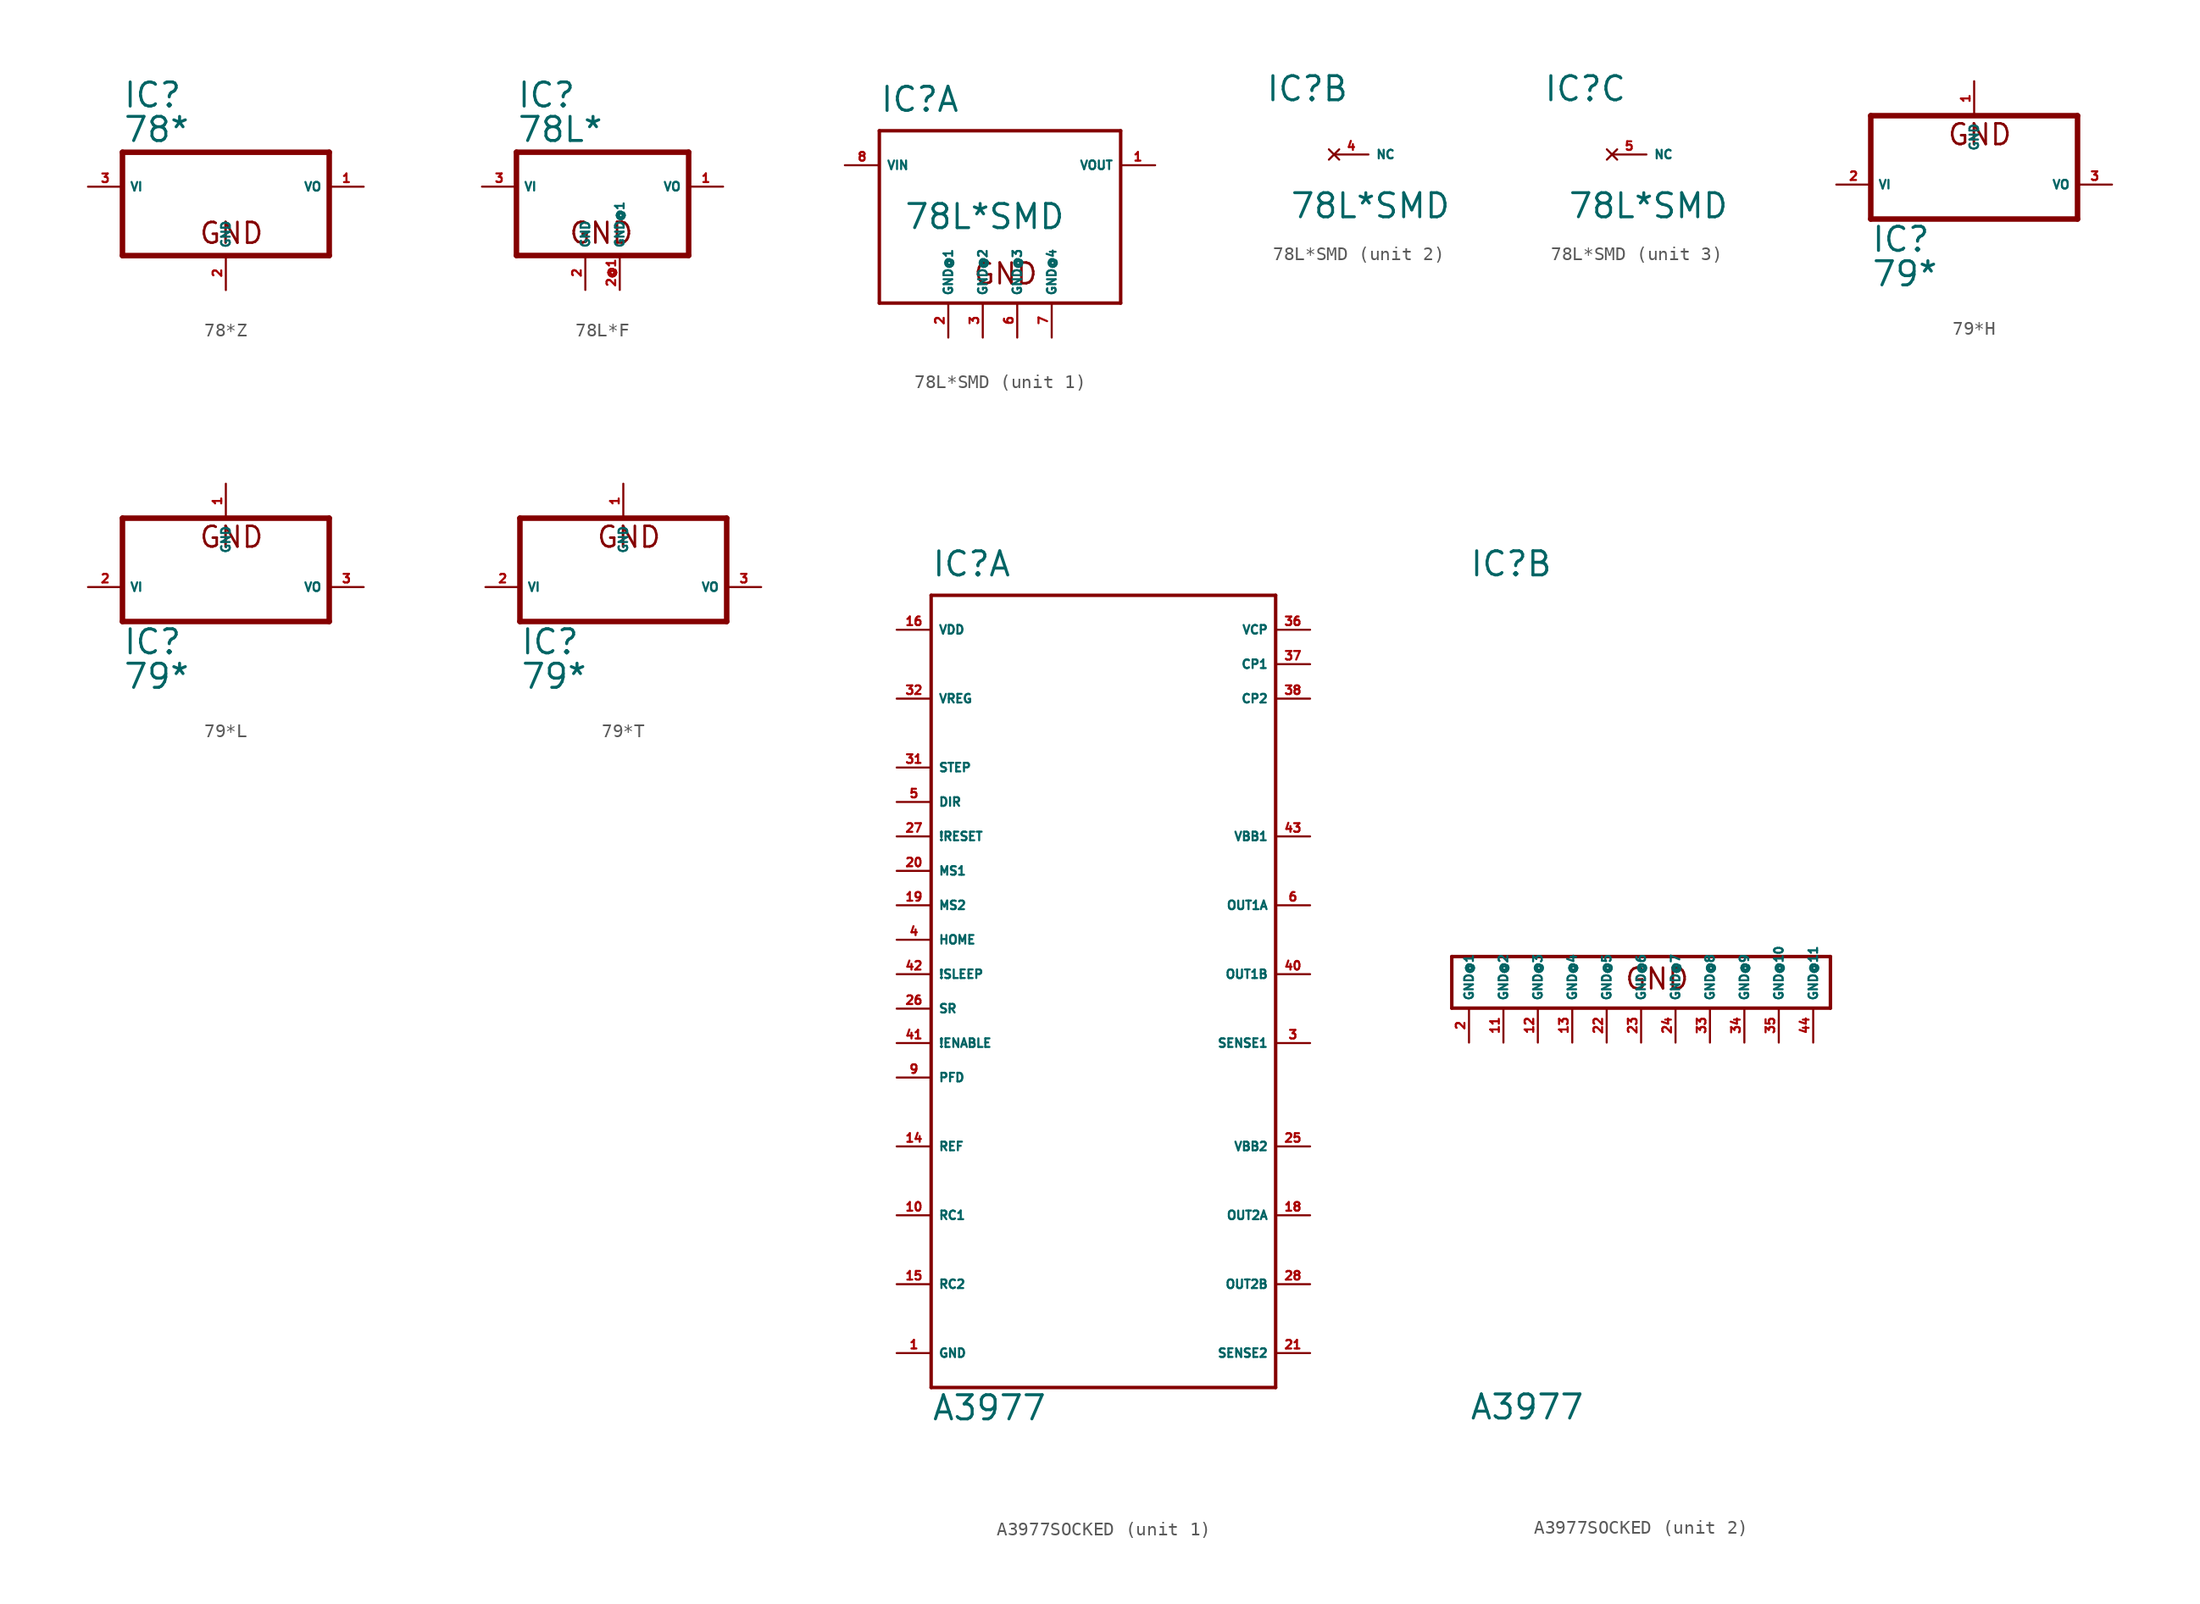
<source format=kicad_sym>
(kicad_symbol_lib
  (version 20220914)
  (generator Eagle2Kicad)
  (symbol "78*Z"
    (property "Reference" "IC"
      (at -7.62 5.715 0)
      (effects (font (size 1.778 1.778) (thickness 0.22)) (justify left bottom)))
    (property "Value" "78*"
      (at -7.62 3.175 0)
      (effects (font (size 1.778 1.778) (thickness 0.22)) (justify left bottom)))
    (polyline
      (pts (xy -7.62 -5.08) (xy 7.62 -5.08))
      (stroke (width 0.406) (type default))
      (fill (type none)))
    (polyline
      (pts (xy 7.62 -5.08) (xy 7.62 2.54))
      (stroke (width 0.406) (type default))
      (fill (type none)))
    (polyline
      (pts (xy 7.62 2.54) (xy -7.62 2.54))
      (stroke (width 0.406) (type default))
      (fill (type none)))
    (polyline
      (pts (xy -7.62 2.54) (xy -7.62 -5.08))
      (stroke (width 0.406) (type default))
      (fill (type none)))
    (text "GND"
      (at -2.032 -4.318 0)
      (effects (font (size 1.524 1.524) (thickness 0.19)) (justify left bottom)))
    (pin input line
      (at -10.16 0 0)
      (length 2.54)
      (name "VI" (effects (font (size 0.635 0.635) (thickness 0.08)) (justify left bottom)))
      (number "3" (effects (font (size 0.635 0.635) (thickness 0.08)) (justify left bottom))))
    (pin passive line
      (at 0 -7.62 90)
      (length 2.54)
      (name "GND" (effects (font (size 0.635 0.635) (thickness 0.08)) (justify left bottom)))
      (number "2" (effects (font (size 0.635 0.635) (thickness 0.08)) (justify left bottom))))
    (pin passive line
      (at 10.16 0 180)
      (length 2.54)
      (name "VO" (effects (font (size 0.635 0.635) (thickness 0.08)) (justify left bottom)))
      (number "1" (effects (font (size 0.635 0.635) (thickness 0.08)) (justify left bottom)))))
  (symbol "78L*F"
    (property "Reference" "IC"
      (at -5.08 5.715 0)
      (effects (font (size 1.778 1.778) (thickness 0.22)) (justify left bottom)))
    (property "Value" "78L*"
      (at -5.08 3.175 0)
      (effects (font (size 1.778 1.778) (thickness 0.22)) (justify left bottom)))
    (polyline
      (pts (xy -5.08 -5.08) (xy 7.62 -5.08))
      (stroke (width 0.406) (type default))
      (fill (type none)))
    (polyline
      (pts (xy 7.62 -5.08) (xy 7.62 2.54))
      (stroke (width 0.406) (type default))
      (fill (type none)))
    (polyline
      (pts (xy 7.62 2.54) (xy -5.08 2.54))
      (stroke (width 0.406) (type default))
      (fill (type none)))
    (polyline
      (pts (xy -5.08 2.54) (xy -5.08 -5.08))
      (stroke (width 0.406) (type default))
      (fill (type none)))
    (text "GND"
      (at -1.27 -4.318 0)
      (effects (font (size 1.524 1.524) (thickness 0.19)) (justify left bottom)))
    (pin input line
      (at -7.62 0 0)
      (length 2.54)
      (name "VI" (effects (font (size 0.635 0.635) (thickness 0.08)) (justify left bottom)))
      (number "3" (effects (font (size 0.635 0.635) (thickness 0.08)) (justify left bottom))))
    (pin passive line
      (at 0 -7.62 90)
      (length 2.54)
      (name "GND" (effects (font (size 0.635 0.635) (thickness 0.08)) (justify left bottom)))
      (number "2" (effects (font (size 0.635 0.635) (thickness 0.08)) (justify left bottom))))
    (pin passive line
      (at 10.16 0 180)
      (length 2.54)
      (name "VO" (effects (font (size 0.635 0.635) (thickness 0.08)) (justify left bottom)))
      (number "1" (effects (font (size 0.635 0.635) (thickness 0.08)) (justify left bottom))))
    (pin passive line
      (at 2.54 -7.62 90)
      (length 2.54)
      (name "GND@1" (effects (font (size 0.635 0.635) (thickness 0.08)) (justify left bottom)))
      (number "2@1" (effects (font (size 0.635 0.635) (thickness 0.08)) (justify left bottom)))))
  (symbol "78L*SMD"
    (property "Reference" "IC"
      (at -7.62 3.81 0)
      (effects (font (size 1.778 1.778) (thickness 0.22)) (justify left bottom)))
    (property "Value" "78L*SMD"
      (at -5.842 -4.826 0)
      (effects (font (size 1.778 1.778) (thickness 0.22)) (justify left bottom)))
    (symbol "78L*SMD_1_0"
      (polyline (pts (xy -7.62 2.54) (xy 10.16 2.54)) (stroke (width 0.254) (type default)) (fill (type none)))
      (polyline (pts (xy 10.16 2.54) (xy 10.16 -10.16)) (stroke (width 0.254) (type default)) (fill (type none)))
      (polyline (pts (xy 10.16 -10.16) (xy -7.62 -10.16)) (stroke (width 0.254) (type default)) (fill (type none)))
      (polyline (pts (xy -7.62 -10.16) (xy -7.62 2.54)) (stroke (width 0.254) (type default)) (fill (type none)))
      (text "GND" (at -0.762 -8.89 0) (effects (font (size 1.524 1.524) (thickness 0.19)) (justify left bottom)))
      (pin passive line (at -10.16 0 0) (length 2.54) (name "VIN" (effects (font (size 0.635 0.635) (thickness 0.08)) (justify left bottom))) (number "8" (effects (font (size 0.635 0.635) (thickness 0.08)) (justify left bottom))))
      (pin output line (at 12.7 0 180) (length 2.54) (name "VOUT" (effects (font (size 0.635 0.635) (thickness 0.08)) (justify left bottom))) (number "1" (effects (font (size 0.635 0.635) (thickness 0.08)) (justify left bottom))))
      (pin unspecified line (at -2.54 -12.7 90) (length 2.54) (name "GND@1" (effects (font (size 0.635 0.635) (thickness 0.08)) (justify left bottom))) (number "2" (effects (font (size 0.635 0.635) (thickness 0.08)) (justify left bottom))))
      (pin unspecified line (at 0 -12.7 90) (length 2.54) (name "GND@2" (effects (font (size 0.635 0.635) (thickness 0.08)) (justify left bottom))) (number "3" (effects (font (size 0.635 0.635) (thickness 0.08)) (justify left bottom))))
      (pin unspecified line (at 2.54 -12.7 90) (length 2.54) (name "GND@3" (effects (font (size 0.635 0.635) (thickness 0.08)) (justify left bottom))) (number "6" (effects (font (size 0.635 0.635) (thickness 0.08)) (justify left bottom))))
      (pin unspecified line (at 5.08 -12.7 90) (length 2.54) (name "GND@4" (effects (font (size 0.635 0.635) (thickness 0.08)) (justify left bottom))) (number "7" (effects (font (size 0.635 0.635) (thickness 0.08)) (justify left bottom)))))
    (symbol "78L*SMD_2_0"
      (pin no_connect line (at -2.54 0 0) (length 2.54) (name "NC" (effects (font (size 0.635 0.635) (thickness 0.08)) (justify left bottom) hide)) (number "4" (effects (font (size 0.635 0.635) (thickness 0.08)) (justify left bottom) hide))))
    (symbol "78L*SMD_3_0"
      (pin no_connect line (at -2.54 0 0) (length 2.54) (name "NC" (effects (font (size 0.635 0.635) (thickness 0.08)) (justify left bottom) hide)) (number "5" (effects (font (size 0.635 0.635) (thickness 0.08)) (justify left bottom) hide)))))
  (symbol "79*H"
    (property "Reference" "IC"
      (at -7.62 -7.62 0)
      (effects (font (size 1.778 1.778) (thickness 0.22)) (justify left bottom)))
    (property "Value" "79*"
      (at -7.62 -10.16 0)
      (effects (font (size 1.778 1.778) (thickness 0.22)) (justify left bottom)))
    (polyline
      (pts (xy -7.62 -5.08) (xy 7.62 -5.08))
      (stroke (width 0.406) (type default))
      (fill (type none)))
    (polyline
      (pts (xy 7.62 -5.08) (xy 7.62 2.54))
      (stroke (width 0.406) (type default))
      (fill (type none)))
    (polyline
      (pts (xy 7.62 2.54) (xy -7.62 2.54))
      (stroke (width 0.406) (type default))
      (fill (type none)))
    (polyline
      (pts (xy -7.62 2.54) (xy -7.62 -5.08))
      (stroke (width 0.406) (type default))
      (fill (type none)))
    (text "GND"
      (at -2.032 0.254 0)
      (effects (font (size 1.524 1.524) (thickness 0.19)) (justify left bottom)))
    (pin input line
      (at -10.16 -2.54 0)
      (length 2.54)
      (name "VI" (effects (font (size 0.635 0.635) (thickness 0.08)) (justify left bottom)))
      (number "2" (effects (font (size 0.635 0.635) (thickness 0.08)) (justify left bottom))))
    (pin passive line
      (at 0 5.08 270)
      (length 2.54)
      (name "GND" (effects (font (size 0.635 0.635) (thickness 0.08)) (justify left bottom)))
      (number "1" (effects (font (size 0.635 0.635) (thickness 0.08)) (justify left bottom))))
    (pin passive line
      (at 10.16 -2.54 180)
      (length 2.54)
      (name "VO" (effects (font (size 0.635 0.635) (thickness 0.08)) (justify left bottom)))
      (number "3" (effects (font (size 0.635 0.635) (thickness 0.08)) (justify left bottom)))))
  (symbol "79*L"
    (property "Reference" "IC"
      (at -7.62 -7.62 0)
      (effects (font (size 1.778 1.778) (thickness 0.22)) (justify left bottom)))
    (property "Value" "79*"
      (at -7.62 -10.16 0)
      (effects (font (size 1.778 1.778) (thickness 0.22)) (justify left bottom)))
    (polyline
      (pts (xy -7.62 -5.08) (xy 7.62 -5.08))
      (stroke (width 0.406) (type default))
      (fill (type none)))
    (polyline
      (pts (xy 7.62 -5.08) (xy 7.62 2.54))
      (stroke (width 0.406) (type default))
      (fill (type none)))
    (polyline
      (pts (xy 7.62 2.54) (xy -7.62 2.54))
      (stroke (width 0.406) (type default))
      (fill (type none)))
    (polyline
      (pts (xy -7.62 2.54) (xy -7.62 -5.08))
      (stroke (width 0.406) (type default))
      (fill (type none)))
    (text "GND"
      (at -2.032 0.254 0)
      (effects (font (size 1.524 1.524) (thickness 0.19)) (justify left bottom)))
    (pin input line
      (at -10.16 -2.54 0)
      (length 2.54)
      (name "VI" (effects (font (size 0.635 0.635) (thickness 0.08)) (justify left bottom)))
      (number "2" (effects (font (size 0.635 0.635) (thickness 0.08)) (justify left bottom))))
    (pin passive line
      (at 0 5.08 270)
      (length 2.54)
      (name "GND" (effects (font (size 0.635 0.635) (thickness 0.08)) (justify left bottom)))
      (number "1" (effects (font (size 0.635 0.635) (thickness 0.08)) (justify left bottom))))
    (pin passive line
      (at 10.16 -2.54 180)
      (length 2.54)
      (name "VO" (effects (font (size 0.635 0.635) (thickness 0.08)) (justify left bottom)))
      (number "3" (effects (font (size 0.635 0.635) (thickness 0.08)) (justify left bottom)))))
  (symbol "79*T"
    (property "Reference" "IC"
      (at -7.62 -7.62 0)
      (effects (font (size 1.778 1.778) (thickness 0.22)) (justify left bottom)))
    (property "Value" "79*"
      (at -7.62 -10.16 0)
      (effects (font (size 1.778 1.778) (thickness 0.22)) (justify left bottom)))
    (polyline
      (pts (xy -7.62 -5.08) (xy 7.62 -5.08))
      (stroke (width 0.406) (type default))
      (fill (type none)))
    (polyline
      (pts (xy 7.62 -5.08) (xy 7.62 2.54))
      (stroke (width 0.406) (type default))
      (fill (type none)))
    (polyline
      (pts (xy 7.62 2.54) (xy -7.62 2.54))
      (stroke (width 0.406) (type default))
      (fill (type none)))
    (polyline
      (pts (xy -7.62 2.54) (xy -7.62 -5.08))
      (stroke (width 0.406) (type default))
      (fill (type none)))
    (text "GND"
      (at -2.032 0.254 0)
      (effects (font (size 1.524 1.524) (thickness 0.19)) (justify left bottom)))
    (pin input line
      (at -10.16 -2.54 0)
      (length 2.54)
      (name "VI" (effects (font (size 0.635 0.635) (thickness 0.08)) (justify left bottom)))
      (number "2" (effects (font (size 0.635 0.635) (thickness 0.08)) (justify left bottom))))
    (pin passive line
      (at 0 5.08 270)
      (length 2.54)
      (name "GND" (effects (font (size 0.635 0.635) (thickness 0.08)) (justify left bottom)))
      (number "1" (effects (font (size 0.635 0.635) (thickness 0.08)) (justify left bottom))))
    (pin passive line
      (at 10.16 -2.54 180)
      (length 2.54)
      (name "VO" (effects (font (size 0.635 0.635) (thickness 0.08)) (justify left bottom)))
      (number "3" (effects (font (size 0.635 0.635) (thickness 0.08)) (justify left bottom)))))
  (symbol "A3977SOCKED"
    (property "Reference" "IC"
      (at -12.7 29.21 0)
      (effects (font (size 1.778 1.778) (thickness 0.22)) (justify left bottom)))
    (property "Value" "A3977"
      (at -12.7 -33.02 0)
      (effects (font (size 1.778 1.778) (thickness 0.22)) (justify left bottom)))
    (symbol "A3977SOCKED_1_0"
      (polyline (pts (xy -12.7 27.94) (xy 12.7 27.94)) (stroke (width 0.254) (type default)) (fill (type none)))
      (polyline (pts (xy 12.7 27.94) (xy 12.7 -30.48)) (stroke (width 0.254) (type default)) (fill (type none)))
      (polyline (pts (xy 12.7 -30.48) (xy -12.7 -30.48)) (stroke (width 0.254) (type default)) (fill (type none)))
      (polyline (pts (xy -12.7 -30.48) (xy -12.7 27.94)) (stroke (width 0.254) (type default)) (fill (type none)))
      (pin output line (at 15.24 5.08 180) (length 2.54) (name "OUT1A" (effects (font (size 0.635 0.635) (thickness 0.08)) (justify left bottom))) (number "6" (effects (font (size 0.635 0.635) (thickness 0.08)) (justify left bottom))))
      (pin input line (at 15.24 -5.08 180) (length 2.54) (name "SENSE1" (effects (font (size 0.635 0.635) (thickness 0.08)) (justify left bottom))) (number "3" (effects (font (size 0.635 0.635) (thickness 0.08)) (justify left bottom))))
      (pin unspecified line (at -15.24 25.4 0) (length 2.54) (name "VDD" (effects (font (size 0.635 0.635) (thickness 0.08)) (justify left bottom))) (number "16" (effects (font (size 0.635 0.635) (thickness 0.08)) (justify left bottom))))
      (pin input line (at -15.24 -12.7 0) (length 2.54) (name "REF" (effects (font (size 0.635 0.635) (thickness 0.08)) (justify left bottom))) (number "14" (effects (font (size 0.635 0.635) (thickness 0.08)) (justify left bottom))))
      (pin unspecified line (at -15.24 -27.94 0) (length 2.54) (name "GND" (effects (font (size 0.635 0.635) (thickness 0.08)) (justify left bottom))) (number "1" (effects (font (size 0.635 0.635) (thickness 0.08)) (justify left bottom))))
      (pin unspecified line (at 15.24 10.16 180) (length 2.54) (name "VBB1" (effects (font (size 0.635 0.635) (thickness 0.08)) (justify left bottom))) (number "43" (effects (font (size 0.635 0.635) (thickness 0.08)) (justify left bottom))))
      (pin input line (at 15.24 -27.94 180) (length 2.54) (name "SENSE2" (effects (font (size 0.635 0.635) (thickness 0.08)) (justify left bottom))) (number "21" (effects (font (size 0.635 0.635) (thickness 0.08)) (justify left bottom))))
      (pin output line (at 15.24 -22.86 180) (length 2.54) (name "OUT2B" (effects (font (size 0.635 0.635) (thickness 0.08)) (justify left bottom))) (number "28" (effects (font (size 0.635 0.635) (thickness 0.08)) (justify left bottom))))
      (pin output line (at 15.24 -17.78 180) (length 2.54) (name "OUT2A" (effects (font (size 0.635 0.635) (thickness 0.08)) (justify left bottom))) (number "18" (effects (font (size 0.635 0.635) (thickness 0.08)) (justify left bottom))))
      (pin output line (at 15.24 0 180) (length 2.54) (name "OUT1B" (effects (font (size 0.635 0.635) (thickness 0.08)) (justify left bottom))) (number "40" (effects (font (size 0.635 0.635) (thickness 0.08)) (justify left bottom))))
      (pin passive line (at -15.24 -17.78 0) (length 2.54) (name "RC1" (effects (font (size 0.635 0.635) (thickness 0.08)) (justify left bottom))) (number "10" (effects (font (size 0.635 0.635) (thickness 0.08)) (justify left bottom))))
      (pin unspecified line (at -15.24 20.32 0) (length 2.54) (name "VREG" (effects (font (size 0.635 0.635) (thickness 0.08)) (justify left bottom))) (number "32" (effects (font (size 0.635 0.635) (thickness 0.08)) (justify left bottom))))
      (pin passive line (at 15.24 22.86 180) (length 2.54) (name "CP1" (effects (font (size 0.635 0.635) (thickness 0.08)) (justify left bottom))) (number "37" (effects (font (size 0.635 0.635) (thickness 0.08)) (justify left bottom))))
      (pin passive line (at 15.24 20.32 180) (length 2.54) (name "CP2" (effects (font (size 0.635 0.635) (thickness 0.08)) (justify left bottom))) (number "38" (effects (font (size 0.635 0.635) (thickness 0.08)) (justify left bottom))))
      (pin input line (at -15.24 15.24 0) (length 2.54) (name "STEP" (effects (font (size 0.635 0.635) (thickness 0.08)) (justify left bottom))) (number "31" (effects (font (size 0.635 0.635) (thickness 0.08)) (justify left bottom))))
      (pin input line (at -15.24 12.7 0) (length 2.54) (name "DIR" (effects (font (size 0.635 0.635) (thickness 0.08)) (justify left bottom))) (number "5" (effects (font (size 0.635 0.635) (thickness 0.08)) (justify left bottom))))
      (pin input line (at -15.24 10.16 0) (length 2.54) (name "!RESET" (effects (font (size 0.635 0.635) (thickness 0.08)) (justify left bottom))) (number "27" (effects (font (size 0.635 0.635) (thickness 0.08)) (justify left bottom))))
      (pin input line (at -15.24 7.62 0) (length 2.54) (name "MS1" (effects (font (size 0.635 0.635) (thickness 0.08)) (justify left bottom))) (number "20" (effects (font (size 0.635 0.635) (thickness 0.08)) (justify left bottom))))
      (pin input line (at -15.24 5.08 0) (length 2.54) (name "MS2" (effects (font (size 0.635 0.635) (thickness 0.08)) (justify left bottom))) (number "19" (effects (font (size 0.635 0.635) (thickness 0.08)) (justify left bottom))))
      (pin input line (at -15.24 2.54 0) (length 2.54) (name "HOME" (effects (font (size 0.635 0.635) (thickness 0.08)) (justify left bottom))) (number "4" (effects (font (size 0.635 0.635) (thickness 0.08)) (justify left bottom))))
      (pin input line (at -15.24 0 0) (length 2.54) (name "!SLEEP" (effects (font (size 0.635 0.635) (thickness 0.08)) (justify left bottom))) (number "42" (effects (font (size 0.635 0.635) (thickness 0.08)) (justify left bottom))))
      (pin input line (at -15.24 -2.54 0) (length 2.54) (name "SR" (effects (font (size 0.635 0.635) (thickness 0.08)) (justify left bottom))) (number "26" (effects (font (size 0.635 0.635) (thickness 0.08)) (justify left bottom))))
      (pin input line (at -15.24 -5.08 0) (length 2.54) (name "!ENABLE" (effects (font (size 0.635 0.635) (thickness 0.08)) (justify left bottom))) (number "41" (effects (font (size 0.635 0.635) (thickness 0.08)) (justify left bottom))))
      (pin input line (at -15.24 -7.62 0) (length 2.54) (name "PFD" (effects (font (size 0.635 0.635) (thickness 0.08)) (justify left bottom))) (number "9" (effects (font (size 0.635 0.635) (thickness 0.08)) (justify left bottom))))
      (pin passive line (at -15.24 -22.86 0) (length 2.54) (name "RC2" (effects (font (size 0.635 0.635) (thickness 0.08)) (justify left bottom))) (number "15" (effects (font (size 0.635 0.635) (thickness 0.08)) (justify left bottom))))
      (pin unspecified line (at 15.24 -12.7 180) (length 2.54) (name "VBB2" (effects (font (size 0.635 0.635) (thickness 0.08)) (justify left bottom))) (number "25" (effects (font (size 0.635 0.635) (thickness 0.08)) (justify left bottom))))
      (pin passive line (at 15.24 25.4 180) (length 2.54) (name "VCP" (effects (font (size 0.635 0.635) (thickness 0.08)) (justify left bottom))) (number "36" (effects (font (size 0.635 0.635) (thickness 0.08)) (justify left bottom)))))
    (symbol "A3977SOCKED_2_0"
      (polyline (pts (xy -13.97 1.27) (xy 13.97 1.27)) (stroke (width 0.254) (type default)) (fill (type none)))
      (polyline (pts (xy 13.97 1.27) (xy 13.97 -2.54)) (stroke (width 0.254) (type default)) (fill (type none)))
      (polyline (pts (xy 13.97 -2.54) (xy -13.97 -2.54)) (stroke (width 0.254) (type default)) (fill (type none)))
      (polyline (pts (xy -13.97 -2.54) (xy -13.97 1.27)) (stroke (width 0.254) (type default)) (fill (type none)))
      (text "GND" (at -1.27 -1.27 0) (effects (font (size 1.524 1.524) (thickness 0.19)) (justify left bottom)))
      (pin unspecified line (at -12.7 -5.08 90) (length 2.54) (name "GND@1" (effects (font (size 0.635 0.635) (thickness 0.08)) (justify left bottom))) (number "2" (effects (font (size 0.635 0.635) (thickness 0.08)) (justify left bottom))))
      (pin unspecified line (at -10.16 -5.08 90) (length 2.54) (name "GND@2" (effects (font (size 0.635 0.635) (thickness 0.08)) (justify left bottom))) (number "11" (effects (font (size 0.635 0.635) (thickness 0.08)) (justify left bottom))))
      (pin unspecified line (at -7.62 -5.08 90) (length 2.54) (name "GND@3" (effects (font (size 0.635 0.635) (thickness 0.08)) (justify left bottom))) (number "12" (effects (font (size 0.635 0.635) (thickness 0.08)) (justify left bottom))))
      (pin unspecified line (at -5.08 -5.08 90) (length 2.54) (name "GND@4" (effects (font (size 0.635 0.635) (thickness 0.08)) (justify left bottom))) (number "13" (effects (font (size 0.635 0.635) (thickness 0.08)) (justify left bottom))))
      (pin unspecified line (at -2.54 -5.08 90) (length 2.54) (name "GND@5" (effects (font (size 0.635 0.635) (thickness 0.08)) (justify left bottom))) (number "22" (effects (font (size 0.635 0.635) (thickness 0.08)) (justify left bottom))))
      (pin unspecified line (at 0 -5.08 90) (length 2.54) (name "GND@6" (effects (font (size 0.635 0.635) (thickness 0.08)) (justify left bottom))) (number "23" (effects (font (size 0.635 0.635) (thickness 0.08)) (justify left bottom))))
      (pin unspecified line (at 2.54 -5.08 90) (length 2.54) (name "GND@7" (effects (font (size 0.635 0.635) (thickness 0.08)) (justify left bottom))) (number "24" (effects (font (size 0.635 0.635) (thickness 0.08)) (justify left bottom))))
      (pin unspecified line (at 5.08 -5.08 90) (length 2.54) (name "GND@8" (effects (font (size 0.635 0.635) (thickness 0.08)) (justify left bottom))) (number "33" (effects (font (size 0.635 0.635) (thickness 0.08)) (justify left bottom))))
      (pin unspecified line (at 7.62 -5.08 90) (length 2.54) (name "GND@9" (effects (font (size 0.635 0.635) (thickness 0.08)) (justify left bottom))) (number "34" (effects (font (size 0.635 0.635) (thickness 0.08)) (justify left bottom))))
      (pin unspecified line (at 10.16 -5.08 90) (length 2.54) (name "GND@10" (effects (font (size 0.635 0.635) (thickness 0.08)) (justify left bottom))) (number "35" (effects (font (size 0.635 0.635) (thickness 0.08)) (justify left bottom))))
      (pin unspecified line (at 12.7 -5.08 90) (length 2.54) (name "GND@11" (effects (font (size 0.635 0.635) (thickness 0.08)) (justify left bottom))) (number "44" (effects (font (size 0.635 0.635) (thickness 0.08)) (justify left bottom)))))))
</source>
